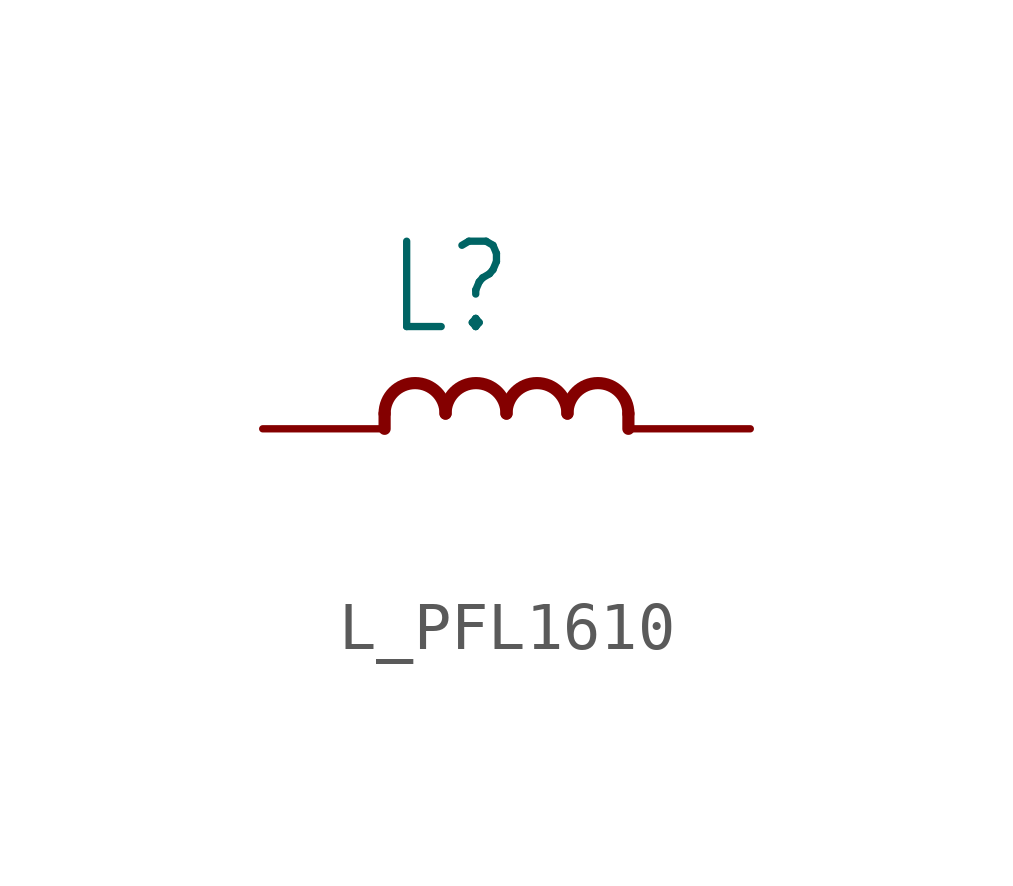
<source format=kicad_sym>
(kicad_symbol_lib
  (version 20220914)
  (generator kicad_symbol_editor)
  (symbol "L_PFL1610"
    (property "Reference" "L"
      (at -2.54 1.905 0)
      (effects (font (size 1.778 1.511)) (justify left bottom)))
    (property "Value" ""
      (at -2.54 -2.54 0)
      (effects (font (size 1.778 1.511)) (justify left bottom)))
    (property "ki_locked" ""
      (at 0 0 0)
      (effects (font (size 1.27 1.27))))
    (symbol "L_PFL1610_1_0"
      (arc (start -1.27 0.3173) (mid -1.9049 0.9497) (end -2.54 0.3175) (stroke (width 0.254) (type solid)) (fill (type none)))
      (polyline (pts (xy -2.54 0.318) (xy -2.54 0)) (stroke (width 0.254) (type solid)) (fill (type none)))
      (polyline (pts (xy 2.54 0.318) (xy 2.54 0)) (stroke (width 0.254) (type solid)) (fill (type none)))
      (arc (start 0 0.3173) (mid -0.6349 0.9497) (end -1.27 0.3175) (stroke (width 0.254) (type solid)) (fill (type none)))
      (arc (start 1.27 0.3173) (mid 0.6351 0.9497) (end 0 0.3175) (stroke (width 0.254) (type solid)) (fill (type none)))
      (arc (start 2.54 0.3173) (mid 1.9051 0.9497) (end 1.27 0.3175) (stroke (width 0.254) (type solid)) (fill (type none)))
      (pin passive line (at 5.08 0 180) (length 2.54) (name "1" (effects (font (size 0 0)))) (number "1" (effects (font (size 0 0)))))
      (pin passive line (at -5.08 0 0) (length 2.54) (name "2" (effects (font (size 0 0)))) (number "2" (effects (font (size 0 0))))))))
</source>
